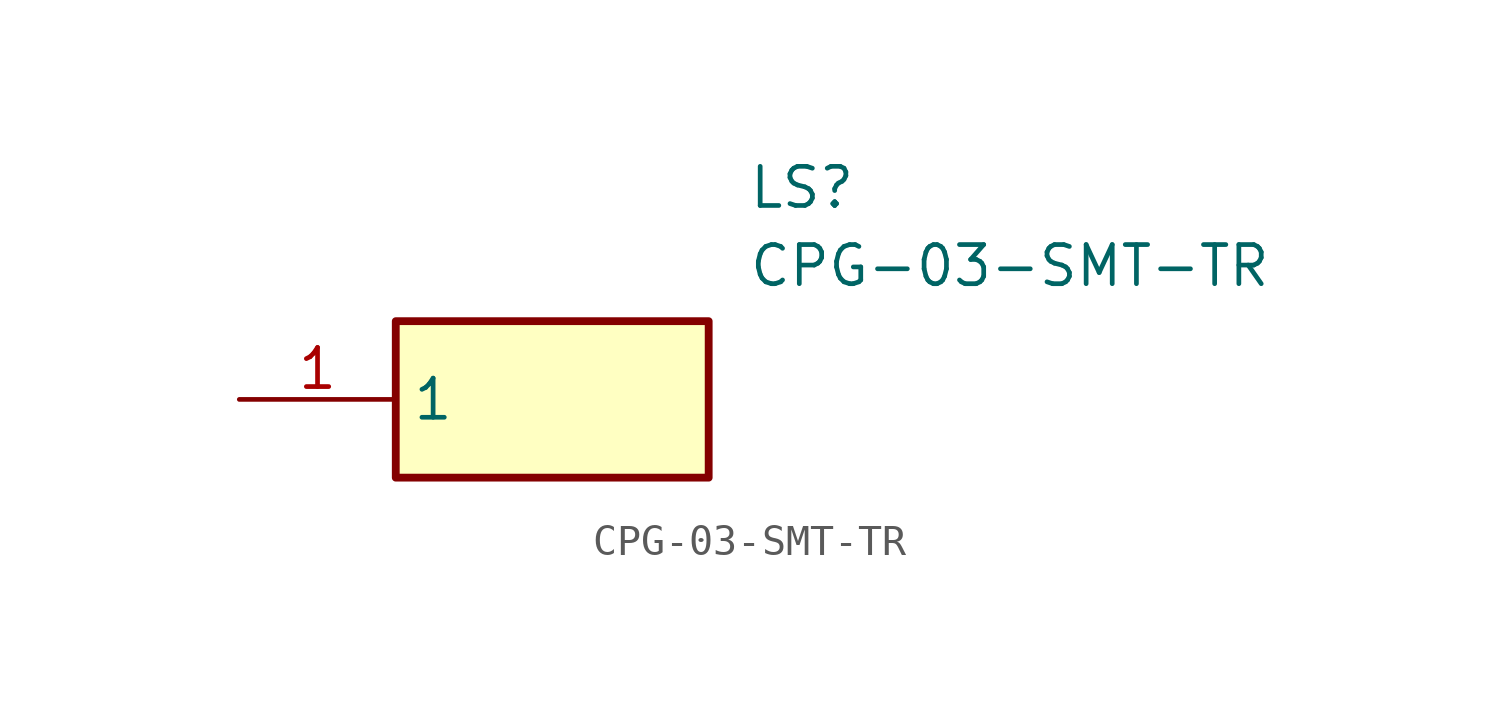
<source format=kicad_sym>
(kicad_symbol_lib
  (version 20211014)
  (generator SamacSys_ECAD_Model)
  (symbol "CPG-03-SMT-TR"
    (property "Reference" "LS"
      (at 16.51 7.62 0)
      (effects (font (size 1.27 1.27)) (justify left top)))
    (property "Value" "CPG-03-SMT-TR"
      (at 16.51 5.08 0)
      (effects (font (size 1.27 1.27)) (justify left top)))
    (rectangle
      (start 5.08 2.54)
      (end 15.24 -2.54)
      (stroke (width 0.254) (type default))
      (fill (type background)))
    (pin passive line
      (at 0 0 0)
      (length 5.08)
      (name "1" (effects (font (size 1.27 1.27))))
      (number "1" (effects (font (size 1.27 1.27)))))))
</source>
